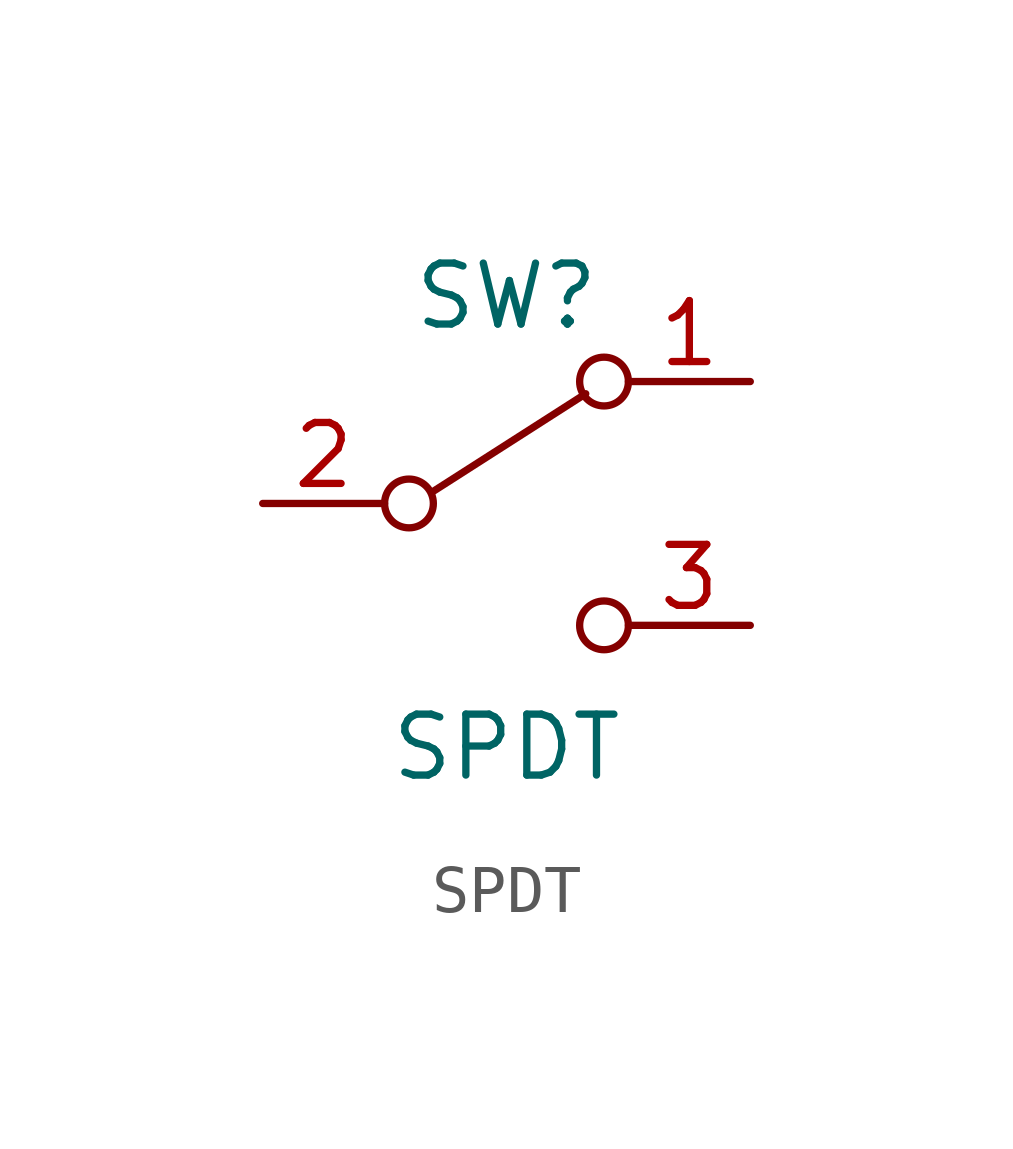
<source format=kicad_sym>
(kicad_symbol_lib
  (version 20211014)
  (generator kicad_symbol_editor)
  (symbol "SPDT"
    (pin_names
      (offset 0) hide)
    (property "Reference" "SW"
      (at 0 4.318 0)
      (effects (font (size 1.27 1.27))))
    (property "Value" "SPDT"
      (at 0 -5.08 0)
      (effects (font (size 1.27 1.27))))
    (symbol "SPDT_0_0"
      (circle (center -2.032 0) (radius 0.508) (stroke (width 0) (type default) (color 0 0 0 0)) (fill (type none)))
      (circle (center 2.032 -2.54) (radius 0.508) (stroke (width 0) (type default) (color 0 0 0 0)) (fill (type none))))
    (symbol "SPDT_0_1"
      (polyline (pts (xy -1.524 0.254) (xy 1.651 2.286)) (stroke (width 0) (type default) (color 0 0 0 0)) (fill (type none)))
      (circle (center 2.032 2.54) (radius 0.508) (stroke (width 0) (type default) (color 0 0 0 0)) (fill (type none))))
    (symbol "SPDT_1_1"
      (pin passive line (at 5.08 2.54 180) (length 2.54) (name "A" (effects (font (size 1.27 1.27)))) (number "1" (effects (font (size 1.27 1.27)))))
      (pin passive line (at -5.08 0 0) (length 2.54) (name "B" (effects (font (size 1.27 1.27)))) (number "2" (effects (font (size 1.27 1.27)))))
      (pin passive line (at 5.08 -2.54 180) (length 2.54) (name "C" (effects (font (size 1.27 1.27)))) (number "3" (effects (font (size 1.27 1.27))))))))
</source>
